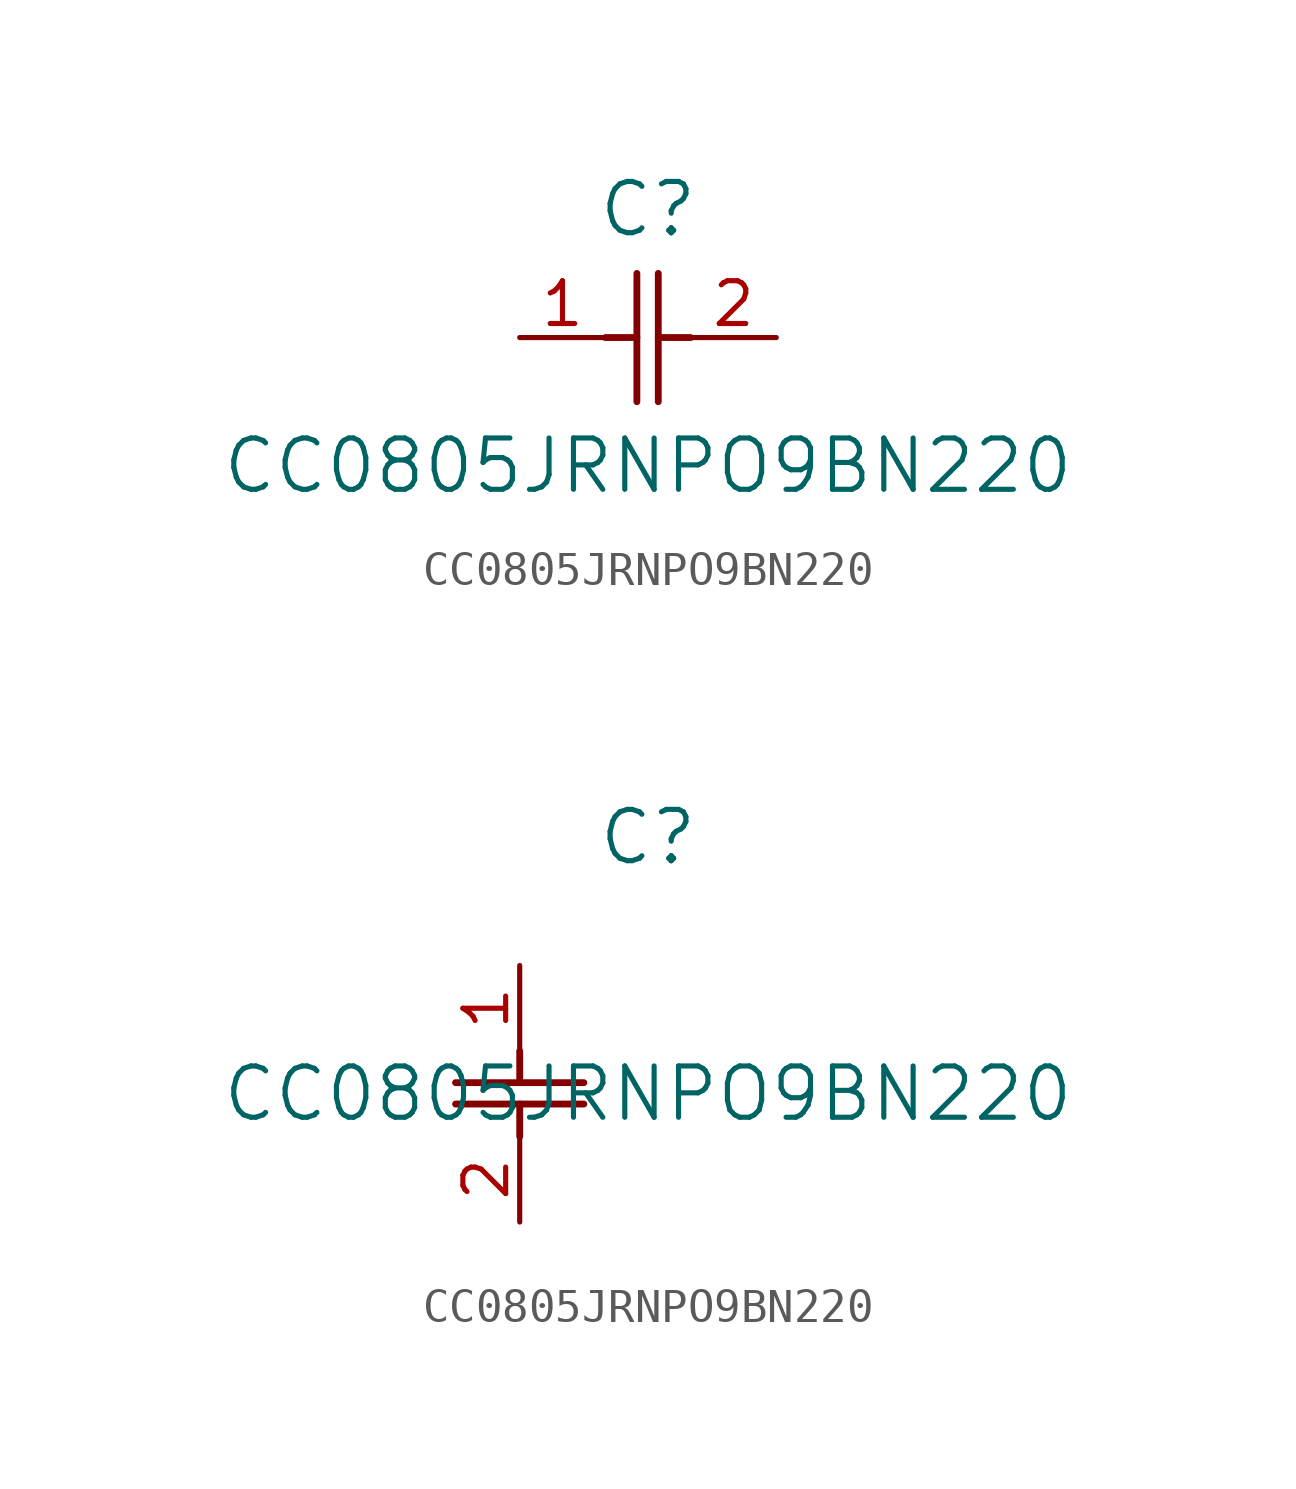
<source format=kicad_sym>
(kicad_symbol_lib
  (version 20211014)
  (generator kicad_symbol_editor)
  (symbol "CC0805JRNPO9BN220"
    (pin_names
      (offset 0.254))
    (property "Reference" "C"
      (at 3.81 3.81 0)
      (effects (font (size 1.524 1.524))))
    (property "Value" "CC0805JRNPO9BN220"
      (at 3.81 -3.81 0)
      (effects (font (size 1.524 1.524))))
    (symbol "CC0805JRNPO9BN220_1_1"
      (polyline (pts (xy 3.48 -1.905) (xy 3.48 1.905)) (stroke (width 0.203) (type default) (color 0 0 0 0)) (fill (type none)))
      (polyline (pts (xy 4.115 -1.905) (xy 4.115 1.905)) (stroke (width 0.203) (type default) (color 0 0 0 0)) (fill (type none)))
      (polyline (pts (xy 4.115 0) (xy 5.08 0)) (stroke (width 0.203) (type default) (color 0 0 0 0)) (fill (type none)))
      (polyline (pts (xy 2.54 0) (xy 3.48 0)) (stroke (width 0.203) (type default) (color 0 0 0 0)) (fill (type none)))
      (pin unspecified line (at 0 0 0) (length 2.54) (name "" (effects (font (size 1.27 1.27)))) (number "1" (effects (font (size 1.27 1.27)))))
      (pin unspecified line (at 7.62 0 180) (length 2.54) (name "" (effects (font (size 1.27 1.27)))) (number "2" (effects (font (size 1.27 1.27))))))
    (symbol "CC0805JRNPO9BN220_1_2"
      (polyline (pts (xy -1.905 -3.48) (xy 1.905 -3.48)) (stroke (width 0.203) (type default) (color 0 0 0 0)) (fill (type none)))
      (polyline (pts (xy -1.905 -4.115) (xy 1.905 -4.115)) (stroke (width 0.203) (type default) (color 0 0 0 0)) (fill (type none)))
      (polyline (pts (xy 0 -4.115) (xy 0 -5.08)) (stroke (width 0.203) (type default) (color 0 0 0 0)) (fill (type none)))
      (polyline (pts (xy 0 -2.54) (xy 0 -3.48)) (stroke (width 0.203) (type default) (color 0 0 0 0)) (fill (type none)))
      (pin unspecified line (at 0 0 270) (length 2.54) (name "" (effects (font (size 1.27 1.27)))) (number "1" (effects (font (size 1.27 1.27)))))
      (pin unspecified line (at 0 -7.62 90) (length 2.54) (name "" (effects (font (size 1.27 1.27)))) (number "2" (effects (font (size 1.27 1.27))))))))
</source>
